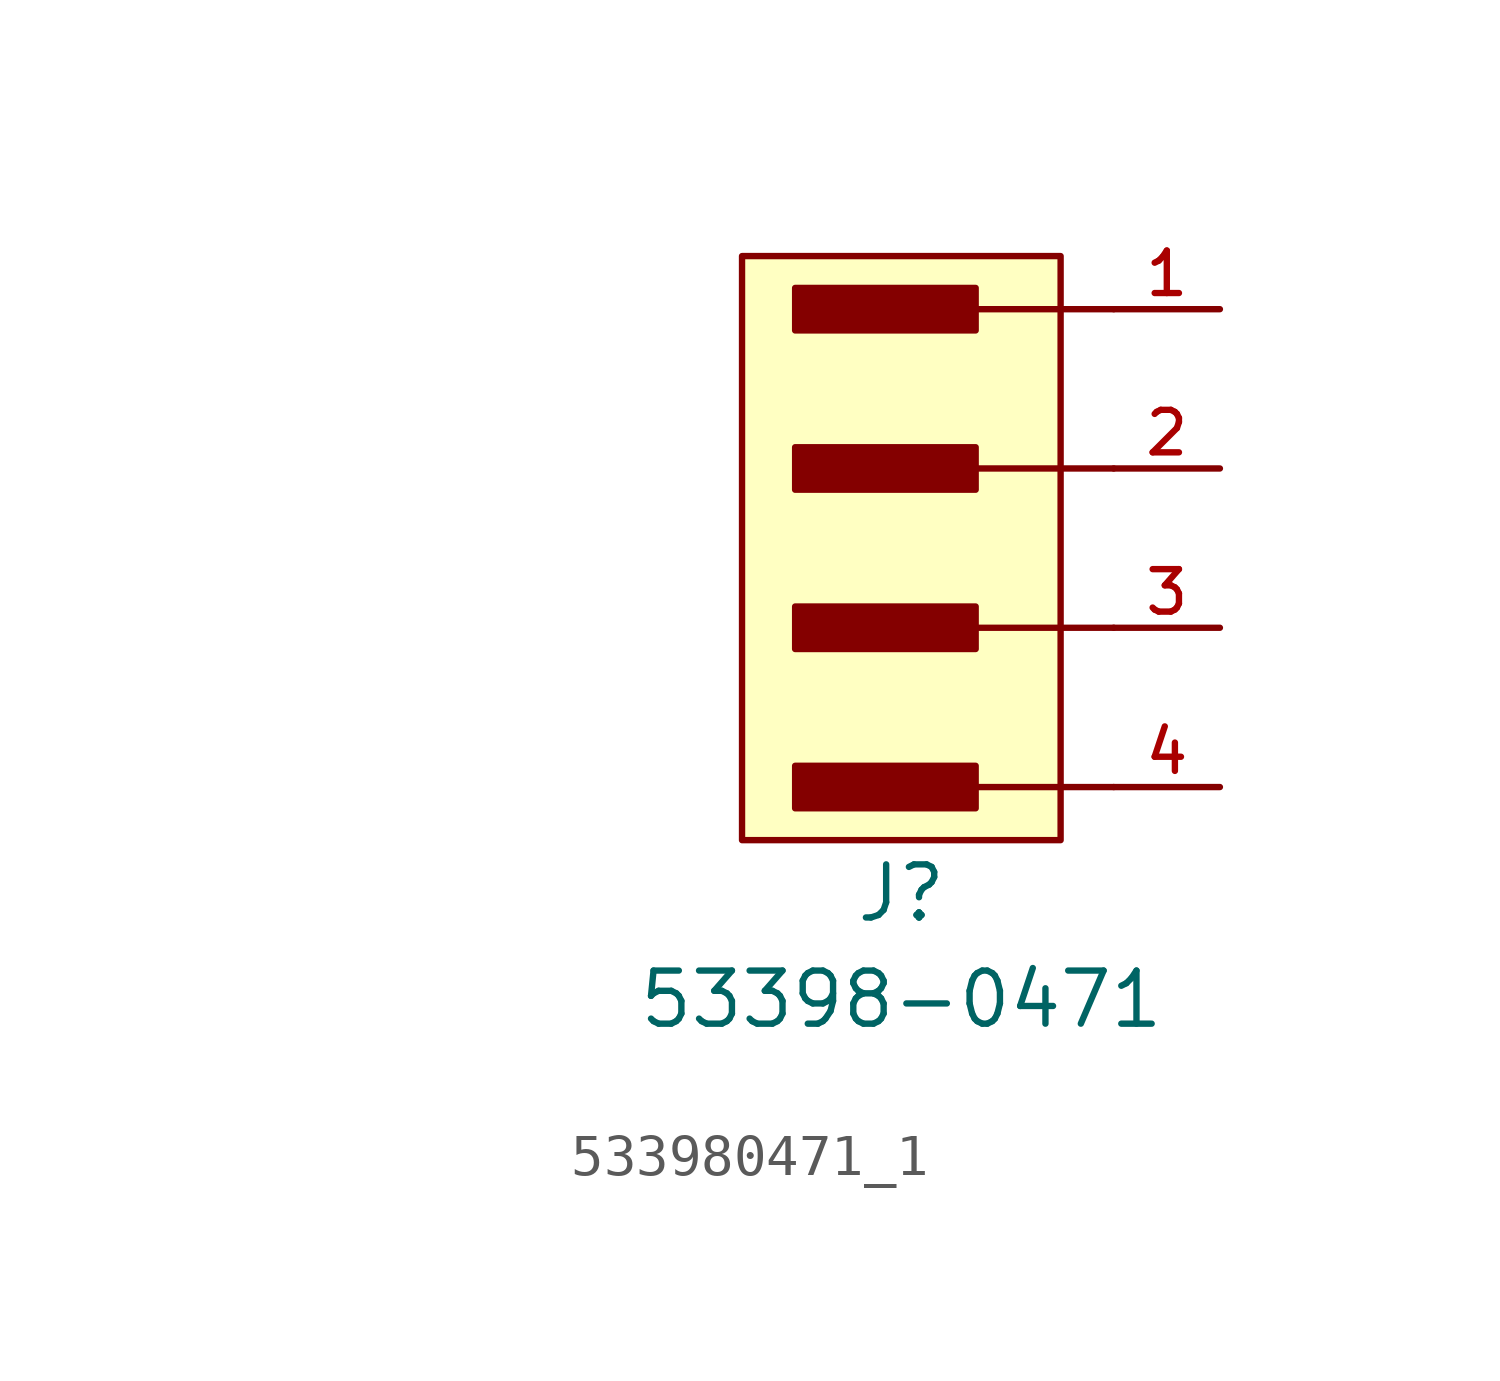
<source format=kicad_sym>
(kicad_symbol_lib
  (version 20220914)
  (generator kicad_symbol_editor)
  (symbol "533980471_1"
    (pin_names
      (offset 0))
    (property "Reference" "J"
      (at -11.43 -5.08 0)
      (effects (font (size 1.27 1.27))))
    (property "Value" "53398-0471"
      (at -11.43 -7.62 0)
      (effects (font (size 1.27 1.27))))
    (symbol "533980471_1_1_1"
      (rectangle (start -15.24 10.16) (end -7.62 -3.81) (stroke (width 0) (type solid)) (fill (type background)))
      (rectangle (start -13.97 -2.032) (end -9.652 -3.048) (stroke (width 0) (type solid)) (fill (type outline)))
      (rectangle (start -13.97 1.778) (end -9.652 0.762) (stroke (width 0) (type solid)) (fill (type outline)))
      (rectangle (start -13.97 5.588) (end -9.652 4.572) (stroke (width 0) (type solid)) (fill (type outline)))
      (rectangle (start -13.97 9.398) (end -9.652 8.382) (stroke (width 0) (type solid)) (fill (type outline)))
      (polyline (pts (xy -11.938 -2.54) (xy -6.35 -2.54)) (stroke (width 0) (type solid)) (fill (type none)))
      (polyline (pts (xy -11.938 1.27) (xy -6.35 1.27)) (stroke (width 0) (type solid)) (fill (type none)))
      (polyline (pts (xy -11.938 5.08) (xy -6.35 5.08)) (stroke (width 0) (type solid)) (fill (type none)))
      (polyline (pts (xy -11.938 8.89) (xy -6.35 8.89)) (stroke (width 0) (type solid)) (fill (type none)))
      (pin passive line (at -3.81 8.89 180) (length 2.54) (name "" (effects (font (size 1.016 1.016)))) (number "1" (effects (font (size 1.016 1.016)))))
      (pin passive line (at -3.81 5.08 180) (length 2.54) (name "" (effects (font (size 1.016 1.016)))) (number "2" (effects (font (size 1.016 1.016)))))
      (pin passive line (at -3.81 1.27 180) (length 2.54) (name "" (effects (font (size 1.016 1.016)))) (number "3" (effects (font (size 1.016 1.016)))))
      (pin passive line (at -3.81 -2.54 180) (length 2.54) (name "" (effects (font (size 1.016 1.016)))) (number "4" (effects (font (size 1.016 1.016)))))
      (pin no_connect line (at -24.13 5.08 180) (length 2.54) hide (name "MNT_1" (effects (font (size 1.016 1.016)))) (number "5" (effects (font (size 1.016 1.016)))))
      (pin no_connect line (at -24.13 1.27 180) (length 2.54) hide (name "MNT_2" (effects (font (size 1.016 1.016)))) (number "6" (effects (font (size 1.016 1.016))))))))
</source>
